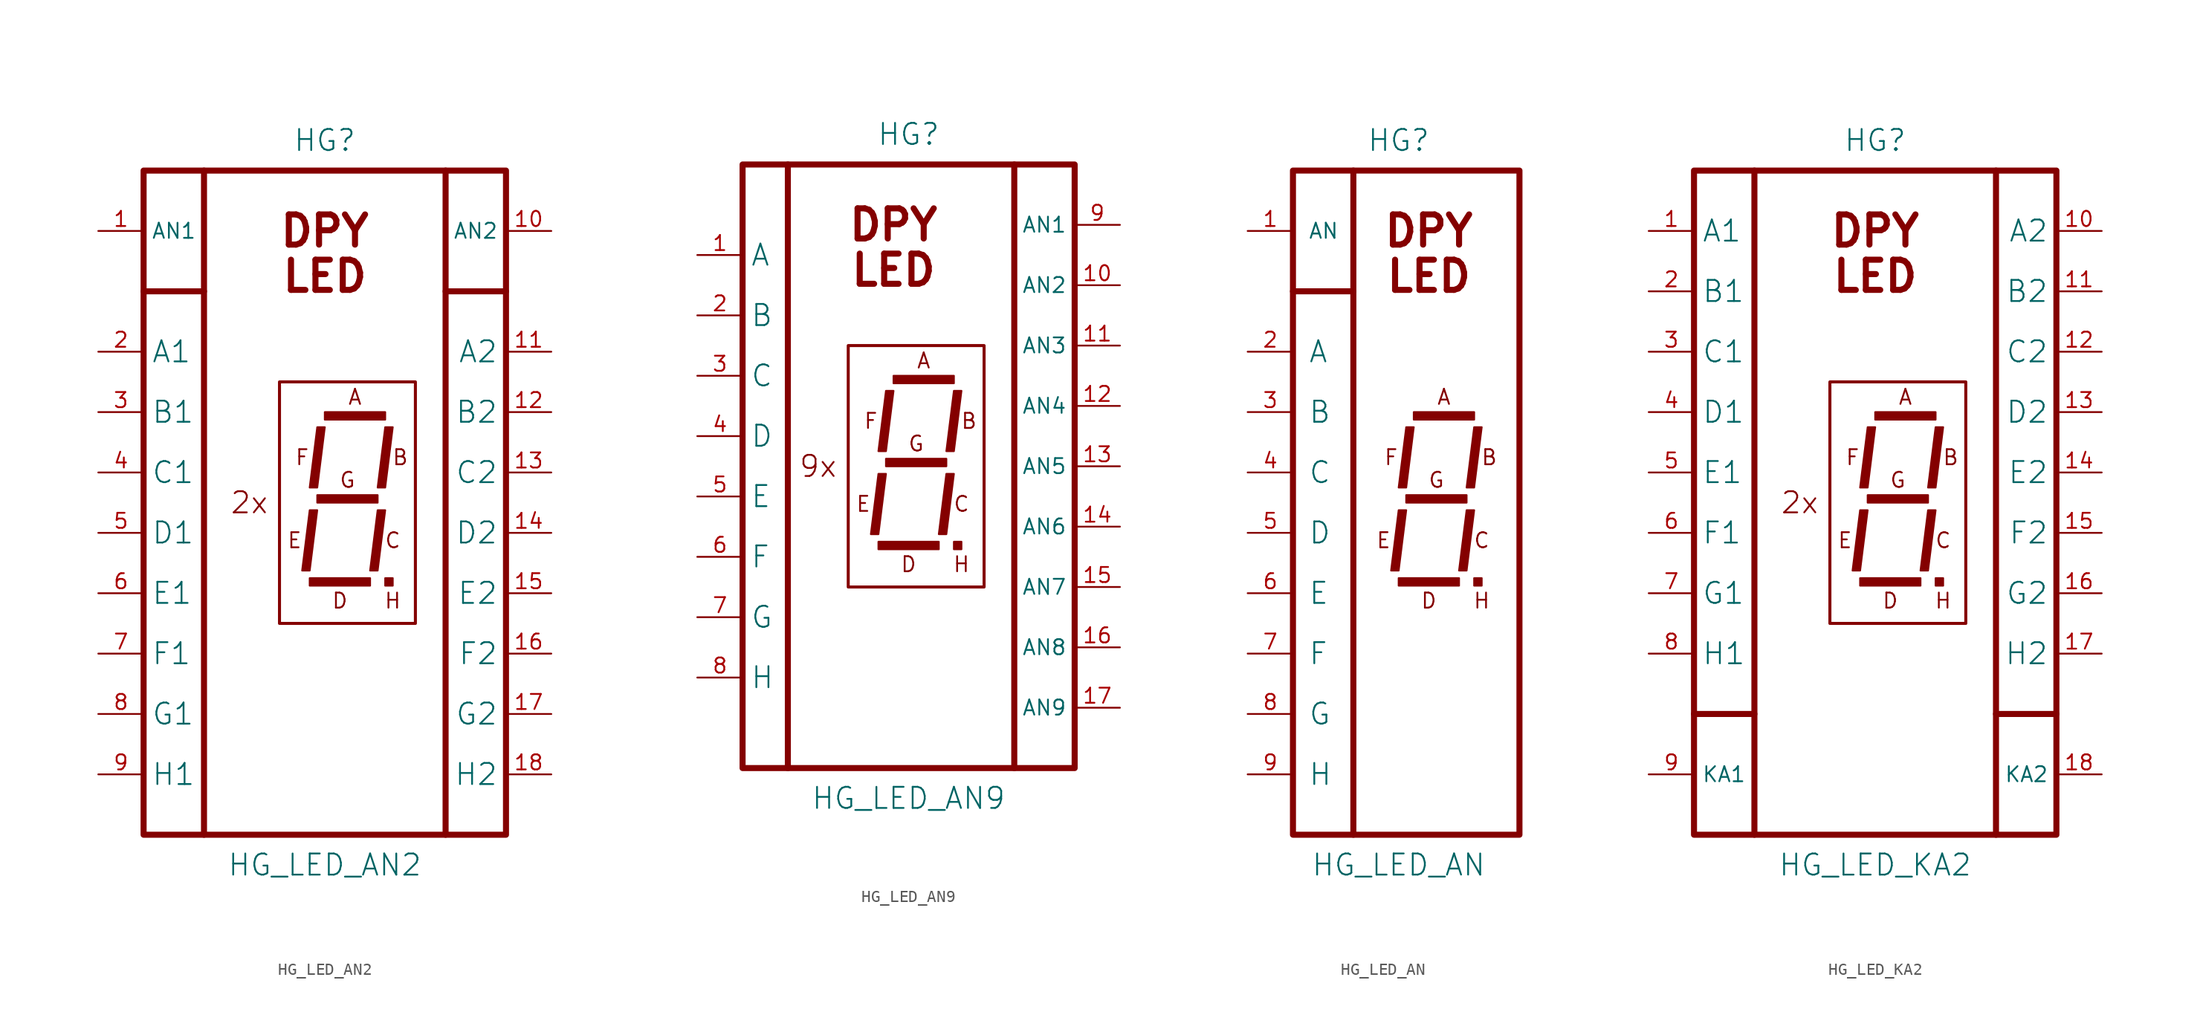
<source format=kicad_sym>
(kicad_symbol_lib
  (version 20211014)
  (generator kicad_symbol_editor)
  (symbol "HG_LED_AN2"
    (pin_names
      (offset 0.635))
    (property "Reference" "HG"
      (at 0 30.48 0)
      (effects (font (size 1.778 1.778))))
    (property "Value" "HG_LED_AN2"
      (at 0 -30.48 0)
      (effects (font (size 1.778 1.778))))
    (symbol "HG_LED_AN2_0_0"
      (rectangle (start -3.81 10.16) (end 7.62 -10.16) (stroke (width 0.254) (type default) (color 0 0 0 0)) (fill (type none)))
      (polyline (pts (xy -15.24 17.78) (xy -10.16 17.78)) (stroke (width 0.508) (type default) (color 0 0 0 0)) (fill (type none)))
      (polyline (pts (xy 10.16 17.78) (xy 15.24 17.78)) (stroke (width 0.508) (type default) (color 0 0 0 0)) (fill (type none)))
      (polyline (pts (xy 10.16 27.94) (xy 10.16 -27.94)) (stroke (width 0.508) (type default) (color 0 0 0 0)) (fill (type none)))
      (polyline (pts (xy -1.27 -6.35) (xy 3.81 -6.35) (xy 3.81 -6.985) (xy -1.27 -6.985) (xy -1.27 -6.35)) (stroke (width 0) (type default) (color 0 0 0 0)) (fill (type outline)))
      (polyline (pts (xy -1.27 -0.635) (xy -1.905 -5.715) (xy -1.27 -5.715) (xy -0.635 -0.635) (xy -1.27 -0.635)) (stroke (width 0) (type default) (color 0 0 0 0)) (fill (type outline)))
      (polyline (pts (xy -0.635 0) (xy -0.635 0.635) (xy 4.445 0.635) (xy 4.445 0) (xy -0.635 0)) (stroke (width 0) (type default) (color 0 0 0 0)) (fill (type outline)))
      (polyline (pts (xy -0.635 6.35) (xy -1.27 1.27) (xy -0.635 1.27) (xy 0 6.35) (xy -0.635 6.35)) (stroke (width 0) (type default) (color 0 0 0 0)) (fill (type outline)))
      (polyline (pts (xy 0 6.985) (xy 0 7.62) (xy 5.08 7.62) (xy 5.08 6.985) (xy 0 6.985)) (stroke (width 0) (type default) (color 0 0 0 0)) (fill (type outline)))
      (polyline (pts (xy 4.445 -0.635) (xy 3.81 -5.715) (xy 4.445 -5.715) (xy 5.08 -0.635) (xy 4.445 -0.635)) (stroke (width 0) (type default) (color 0 0 0 0)) (fill (type outline)))
      (polyline (pts (xy 5.08 -6.35) (xy 5.08 -6.985) (xy 5.715 -6.985) (xy 5.715 -6.35) (xy 5.08 -6.35)) (stroke (width 0) (type default) (color 0 0 0 0)) (fill (type outline)))
      (polyline (pts (xy 5.08 6.35) (xy 4.445 1.27) (xy 5.08 1.27) (xy 5.715 6.35) (xy 5.08 6.35)) (stroke (width 0) (type default) (color 0 0 0 0)) (fill (type outline)))
      (text "2x" (at -6.35 0 0) (effects (font (size 1.778 1.778))))
      (text "A" (at 2.54 8.89 0) (effects (font (size 1.27 1.27))))
      (text "B" (at 6.35 3.81 0) (effects (font (size 1.27 1.27))))
      (text "C" (at 5.715 -3.175 0) (effects (font (size 1.27 1.27))))
      (text "D" (at 1.27 -8.255 0) (effects (font (size 1.27 1.27))))
      (text "DPY" (at 0 22.86 0) (effects (font (size 2.54 2.54) bold)))
      (text "E" (at -2.54 -3.175 0) (effects (font (size 1.27 1.27))))
      (text "F" (at -1.905 3.81 0) (effects (font (size 1.27 1.27))))
      (text "G" (at 1.905 1.905 0) (effects (font (size 1.27 1.27))))
      (text "H" (at 5.715 -8.255 0) (effects (font (size 1.27 1.27))))
      (text "LED" (at 0 19.05 0) (effects (font (size 2.54 2.54) bold))))
    (symbol "HG_LED_AN2_0_1"
      (rectangle (start -15.24 27.94) (end 15.24 -27.94) (stroke (width 0.508) (type default) (color 0 0 0 0)) (fill (type none)))
      (polyline (pts (xy -10.16 27.94) (xy -10.16 -27.94)) (stroke (width 0.508) (type default) (color 0 0 0 0)) (fill (type none))))
    (symbol "HG_LED_AN2_1_1"
      (pin power_in line (at -19.05 22.86 0) (length 3.81) (name "AN1" (effects (font (size 1.27 1.27)))) (number "1" (effects (font (size 1.27 1.27)))))
      (pin power_in line (at 19.05 22.86 180) (length 3.81) (name "AN2" (effects (font (size 1.27 1.27)))) (number "10" (effects (font (size 1.27 1.27)))))
      (pin input line (at 19.05 12.7 180) (length 3.81) (name "A2" (effects (font (size 1.778 1.778)))) (number "11" (effects (font (size 1.27 1.27)))))
      (pin input line (at 19.05 7.62 180) (length 3.81) (name "B2" (effects (font (size 1.778 1.778)))) (number "12" (effects (font (size 1.27 1.27)))))
      (pin input line (at 19.05 2.54 180) (length 3.81) (name "C2" (effects (font (size 1.778 1.778)))) (number "13" (effects (font (size 1.27 1.27)))))
      (pin input line (at 19.05 -2.54 180) (length 3.81) (name "D2" (effects (font (size 1.778 1.778)))) (number "14" (effects (font (size 1.27 1.27)))))
      (pin input line (at 19.05 -7.62 180) (length 3.81) (name "E2" (effects (font (size 1.778 1.778)))) (number "15" (effects (font (size 1.27 1.27)))))
      (pin input line (at 19.05 -12.7 180) (length 3.81) (name "F2" (effects (font (size 1.778 1.778)))) (number "16" (effects (font (size 1.27 1.27)))))
      (pin input line (at 19.05 -17.78 180) (length 3.81) (name "G2" (effects (font (size 1.778 1.778)))) (number "17" (effects (font (size 1.27 1.27)))))
      (pin input line (at 19.05 -22.86 180) (length 3.81) (name "H2" (effects (font (size 1.778 1.778)))) (number "18" (effects (font (size 1.27 1.27)))))
      (pin input line (at -19.05 12.7 0) (length 3.81) (name "A1" (effects (font (size 1.778 1.778)))) (number "2" (effects (font (size 1.27 1.27)))))
      (pin input line (at -19.05 7.62 0) (length 3.81) (name "B1" (effects (font (size 1.778 1.778)))) (number "3" (effects (font (size 1.27 1.27)))))
      (pin input line (at -19.05 2.54 0) (length 3.81) (name "C1" (effects (font (size 1.778 1.778)))) (number "4" (effects (font (size 1.27 1.27)))))
      (pin input line (at -19.05 -2.54 0) (length 3.81) (name "D1" (effects (font (size 1.778 1.778)))) (number "5" (effects (font (size 1.27 1.27)))))
      (pin input line (at -19.05 -7.62 0) (length 3.81) (name "E1" (effects (font (size 1.778 1.778)))) (number "6" (effects (font (size 1.27 1.27)))))
      (pin input line (at -19.05 -12.7 0) (length 3.81) (name "F1" (effects (font (size 1.778 1.778)))) (number "7" (effects (font (size 1.27 1.27)))))
      (pin input line (at -19.05 -17.78 0) (length 3.81) (name "G1" (effects (font (size 1.778 1.778)))) (number "8" (effects (font (size 1.27 1.27)))))
      (pin input line (at -19.05 -22.86 0) (length 3.81) (name "H1" (effects (font (size 1.778 1.778)))) (number "9" (effects (font (size 1.27 1.27)))))))
  (symbol "HG_LED_AN9"
    (pin_names
      (offset 0.635))
    (property "Reference" "HG"
      (at 0 27.94 0)
      (effects (font (size 1.778 1.778))))
    (property "Value" "HG_LED_AN9"
      (at 0 -27.94 0)
      (effects (font (size 1.778 1.778))))
    (symbol "HG_LED_AN9_0_0"
      (rectangle (start -5.08 10.16) (end 6.35 -10.16) (stroke (width 0.254) (type default) (color 0 0 0 0)) (fill (type none)))
      (polyline (pts (xy 8.89 25.4) (xy 8.89 -25.4)) (stroke (width 0.508) (type default) (color 0 0 0 0)) (fill (type none)))
      (polyline (pts (xy -2.54 -6.35) (xy 2.54 -6.35) (xy 2.54 -6.985) (xy -2.54 -6.985) (xy -2.54 -6.35)) (stroke (width 0) (type default) (color 0 0 0 0)) (fill (type outline)))
      (polyline (pts (xy -2.54 -0.635) (xy -3.175 -5.715) (xy -2.54 -5.715) (xy -1.905 -0.635) (xy -2.54 -0.635)) (stroke (width 0) (type default) (color 0 0 0 0)) (fill (type outline)))
      (polyline (pts (xy -1.905 0) (xy -1.905 0.635) (xy 3.175 0.635) (xy 3.175 0) (xy -1.905 0)) (stroke (width 0) (type default) (color 0 0 0 0)) (fill (type outline)))
      (polyline (pts (xy -1.905 6.35) (xy -2.54 1.27) (xy -1.905 1.27) (xy -1.27 6.35) (xy -1.905 6.35)) (stroke (width 0) (type default) (color 0 0 0 0)) (fill (type outline)))
      (polyline (pts (xy -1.27 6.985) (xy -1.27 7.62) (xy 3.81 7.62) (xy 3.81 6.985) (xy -1.27 6.985)) (stroke (width 0) (type default) (color 0 0 0 0)) (fill (type outline)))
      (polyline (pts (xy 3.175 -0.635) (xy 2.54 -5.715) (xy 3.175 -5.715) (xy 3.81 -0.635) (xy 3.175 -0.635)) (stroke (width 0) (type default) (color 0 0 0 0)) (fill (type outline)))
      (polyline (pts (xy 3.81 -6.35) (xy 3.81 -6.985) (xy 4.445 -6.985) (xy 4.445 -6.35) (xy 3.81 -6.35)) (stroke (width 0) (type default) (color 0 0 0 0)) (fill (type outline)))
      (polyline (pts (xy 3.81 6.35) (xy 3.175 1.27) (xy 3.81 1.27) (xy 4.445 6.35) (xy 3.81 6.35)) (stroke (width 0) (type default) (color 0 0 0 0)) (fill (type outline)))
      (text "9x" (at -7.62 0 0) (effects (font (size 1.778 1.778))))
      (text "A" (at 1.27 8.89 0) (effects (font (size 1.27 1.27))))
      (text "B" (at 5.08 3.81 0) (effects (font (size 1.27 1.27))))
      (text "C" (at 4.445 -3.175 0) (effects (font (size 1.27 1.27))))
      (text "D" (at 0 -8.255 0) (effects (font (size 1.27 1.27))))
      (text "DPY" (at -1.27 20.32 0) (effects (font (size 2.54 2.54) bold)))
      (text "E" (at -3.81 -3.175 0) (effects (font (size 1.27 1.27))))
      (text "F" (at -3.175 3.81 0) (effects (font (size 1.27 1.27))))
      (text "G" (at 0.635 1.905 0) (effects (font (size 1.27 1.27))))
      (text "H" (at 4.445 -8.255 0) (effects (font (size 1.27 1.27))))
      (text "LED" (at -1.27 16.51 0) (effects (font (size 2.54 2.54) bold))))
    (symbol "HG_LED_AN9_0_1"
      (rectangle (start -13.97 25.4) (end 13.97 -25.4) (stroke (width 0.508) (type default) (color 0 0 0 0)) (fill (type none)))
      (polyline (pts (xy -10.16 25.4) (xy -10.16 -25.4)) (stroke (width 0.508) (type default) (color 0 0 0 0)) (fill (type none))))
    (symbol "HG_LED_AN9_1_1"
      (pin input line (at -17.78 17.78 0) (length 3.81) (name "A" (effects (font (size 1.778 1.778)))) (number "1" (effects (font (size 1.27 1.27)))))
      (pin power_in line (at 17.78 15.24 180) (length 3.81) (name "AN2" (effects (font (size 1.27 1.27)))) (number "10" (effects (font (size 1.27 1.27)))))
      (pin power_in line (at 17.78 10.16 180) (length 3.81) (name "AN3" (effects (font (size 1.27 1.27)))) (number "11" (effects (font (size 1.27 1.27)))))
      (pin power_in line (at 17.78 5.08 180) (length 3.81) (name "AN4" (effects (font (size 1.27 1.27)))) (number "12" (effects (font (size 1.27 1.27)))))
      (pin power_in line (at 17.78 0 180) (length 3.81) (name "AN5" (effects (font (size 1.27 1.27)))) (number "13" (effects (font (size 1.27 1.27)))))
      (pin power_in line (at 17.78 -5.08 180) (length 3.81) (name "AN6" (effects (font (size 1.27 1.27)))) (number "14" (effects (font (size 1.27 1.27)))))
      (pin power_in line (at 17.78 -10.16 180) (length 3.81) (name "AN7" (effects (font (size 1.27 1.27)))) (number "15" (effects (font (size 1.27 1.27)))))
      (pin power_in line (at 17.78 -15.24 180) (length 3.81) (name "AN8" (effects (font (size 1.27 1.27)))) (number "16" (effects (font (size 1.27 1.27)))))
      (pin power_in line (at 17.78 -20.32 180) (length 3.81) (name "AN9" (effects (font (size 1.27 1.27)))) (number "17" (effects (font (size 1.27 1.27)))))
      (pin input line (at -17.78 12.7 0) (length 3.81) (name "B" (effects (font (size 1.778 1.778)))) (number "2" (effects (font (size 1.27 1.27)))))
      (pin input line (at -17.78 7.62 0) (length 3.81) (name "C" (effects (font (size 1.778 1.778)))) (number "3" (effects (font (size 1.27 1.27)))))
      (pin input line (at -17.78 2.54 0) (length 3.81) (name "D" (effects (font (size 1.778 1.778)))) (number "4" (effects (font (size 1.27 1.27)))))
      (pin input line (at -17.78 -2.54 0) (length 3.81) (name "E" (effects (font (size 1.778 1.778)))) (number "5" (effects (font (size 1.27 1.27)))))
      (pin input line (at -17.78 -7.62 0) (length 3.81) (name "F" (effects (font (size 1.778 1.778)))) (number "6" (effects (font (size 1.27 1.27)))))
      (pin input line (at -17.78 -12.7 0) (length 3.81) (name "G" (effects (font (size 1.778 1.778)))) (number "7" (effects (font (size 1.27 1.27)))))
      (pin input line (at -17.78 -17.78 0) (length 3.81) (name "H" (effects (font (size 1.778 1.778)))) (number "8" (effects (font (size 1.27 1.27)))))
      (pin power_in line (at 17.78 20.32 180) (length 3.81) (name "AN1" (effects (font (size 1.27 1.27)))) (number "9" (effects (font (size 1.27 1.27)))))))
  (symbol "HG_LED_AN"
    (pin_names
      (offset 1.27))
    (property "Reference" "HG"
      (at 0 30.48 0)
      (effects (font (size 1.778 1.778))))
    (property "Value" "HG_LED_AN"
      (at 0 -30.48 0)
      (effects (font (size 1.778 1.778))))
    (symbol "HG_LED_AN_0_0"
      (polyline (pts (xy -8.89 17.78) (xy -3.81 17.78)) (stroke (width 0.508) (type default) (color 0 0 0 0)) (fill (type none)))
      (polyline (pts (xy 0 -6.35) (xy 5.08 -6.35) (xy 5.08 -6.985) (xy 0 -6.985) (xy 0 -6.35)) (stroke (width 0) (type default) (color 0 0 0 0)) (fill (type outline)))
      (polyline (pts (xy 0 -0.635) (xy -0.635 -5.715) (xy 0 -5.715) (xy 0.635 -0.635) (xy 0 -0.635)) (stroke (width 0) (type default) (color 0 0 0 0)) (fill (type outline)))
      (polyline (pts (xy 0.635 0) (xy 0.635 0.635) (xy 5.715 0.635) (xy 5.715 0) (xy 0.635 0)) (stroke (width 0) (type default) (color 0 0 0 0)) (fill (type outline)))
      (polyline (pts (xy 0.635 6.35) (xy 0 1.27) (xy 0.635 1.27) (xy 1.27 6.35) (xy 0.635 6.35)) (stroke (width 0) (type default) (color 0 0 0 0)) (fill (type outline)))
      (polyline (pts (xy 1.27 6.985) (xy 1.27 7.62) (xy 6.35 7.62) (xy 6.35 6.985) (xy 1.27 6.985)) (stroke (width 0) (type default) (color 0 0 0 0)) (fill (type outline)))
      (polyline (pts (xy 5.715 -0.635) (xy 5.08 -5.715) (xy 5.715 -5.715) (xy 6.35 -0.635) (xy 5.715 -0.635)) (stroke (width 0) (type default) (color 0 0 0 0)) (fill (type outline)))
      (polyline (pts (xy 6.35 -6.35) (xy 6.35 -6.985) (xy 6.985 -6.985) (xy 6.985 -6.35) (xy 6.35 -6.35)) (stroke (width 0) (type default) (color 0 0 0 0)) (fill (type outline)))
      (polyline (pts (xy 6.35 6.35) (xy 5.715 1.27) (xy 6.35 1.27) (xy 6.985 6.35) (xy 6.35 6.35)) (stroke (width 0) (type default) (color 0 0 0 0)) (fill (type outline)))
      (text "A" (at 3.81 8.89 0) (effects (font (size 1.27 1.27))))
      (text "B" (at 7.62 3.81 0) (effects (font (size 1.27 1.27))))
      (text "C" (at 6.985 -3.175 0) (effects (font (size 1.27 1.27))))
      (text "D" (at 2.54 -8.255 0) (effects (font (size 1.27 1.27))))
      (text "DPY" (at 2.54 22.86 0) (effects (font (size 2.54 2.54) bold)))
      (text "E" (at -1.27 -3.175 0) (effects (font (size 1.27 1.27))))
      (text "F" (at -0.635 3.81 0) (effects (font (size 1.27 1.27))))
      (text "G" (at 3.175 1.905 0) (effects (font (size 1.27 1.27))))
      (text "H" (at 6.985 -8.255 0) (effects (font (size 1.27 1.27))))
      (text "LED" (at 2.54 19.05 0) (effects (font (size 2.54 2.54) bold))))
    (symbol "HG_LED_AN_0_1"
      (rectangle (start -8.89 27.94) (end 10.16 -27.94) (stroke (width 0.508) (type default) (color 0 0 0 0)) (fill (type none)))
      (polyline (pts (xy -3.81 27.94) (xy -3.81 -27.94)) (stroke (width 0.508) (type default) (color 0 0 0 0)) (fill (type none))))
    (symbol "HG_LED_AN_1_1"
      (pin power_in line (at -12.7 22.86 0) (length 3.81) (name "AN" (effects (font (size 1.27 1.27)))) (number "1" (effects (font (size 1.27 1.27)))))
      (pin input line (at -12.7 12.7 0) (length 3.81) (name "A" (effects (font (size 1.778 1.778)))) (number "2" (effects (font (size 1.27 1.27)))))
      (pin input line (at -12.7 7.62 0) (length 3.81) (name "B" (effects (font (size 1.778 1.778)))) (number "3" (effects (font (size 1.27 1.27)))))
      (pin input line (at -12.7 2.54 0) (length 3.81) (name "C" (effects (font (size 1.778 1.778)))) (number "4" (effects (font (size 1.27 1.27)))))
      (pin input line (at -12.7 -2.54 0) (length 3.81) (name "D" (effects (font (size 1.778 1.778)))) (number "5" (effects (font (size 1.27 1.27)))))
      (pin input line (at -12.7 -7.62 0) (length 3.81) (name "E" (effects (font (size 1.778 1.778)))) (number "6" (effects (font (size 1.27 1.27)))))
      (pin input line (at -12.7 -12.7 0) (length 3.81) (name "F" (effects (font (size 1.778 1.778)))) (number "7" (effects (font (size 1.27 1.27)))))
      (pin input line (at -12.7 -17.78 0) (length 3.81) (name "G" (effects (font (size 1.778 1.778)))) (number "8" (effects (font (size 1.27 1.27)))))
      (pin input line (at -12.7 -22.86 0) (length 3.81) (name "H" (effects (font (size 1.778 1.778)))) (number "9" (effects (font (size 1.27 1.27)))))))
  (symbol "HG_LED_KA2"
    (pin_names
      (offset 0.635))
    (property "Reference" "HG"
      (at 0 30.48 0)
      (effects (font (size 1.778 1.778))))
    (property "Value" "HG_LED_KA2"
      (at 0 -30.48 0)
      (effects (font (size 1.778 1.778))))
    (symbol "HG_LED_KA2_0_0"
      (rectangle (start -3.81 10.16) (end 7.62 -10.16) (stroke (width 0.254) (type default) (color 0 0 0 0)) (fill (type none)))
      (polyline (pts (xy -15.24 -17.78) (xy -10.16 -17.78)) (stroke (width 0.508) (type default) (color 0 0 0 0)) (fill (type none)))
      (polyline (pts (xy 10.16 -17.78) (xy 15.24 -17.78)) (stroke (width 0.508) (type default) (color 0 0 0 0)) (fill (type none)))
      (polyline (pts (xy 10.16 27.94) (xy 10.16 -27.94)) (stroke (width 0.508) (type default) (color 0 0 0 0)) (fill (type none)))
      (polyline (pts (xy -1.27 -6.35) (xy 3.81 -6.35) (xy 3.81 -6.985) (xy -1.27 -6.985) (xy -1.27 -6.35)) (stroke (width 0) (type default) (color 0 0 0 0)) (fill (type outline)))
      (polyline (pts (xy -1.27 -0.635) (xy -1.905 -5.715) (xy -1.27 -5.715) (xy -0.635 -0.635) (xy -1.27 -0.635)) (stroke (width 0) (type default) (color 0 0 0 0)) (fill (type outline)))
      (polyline (pts (xy -0.635 0) (xy -0.635 0.635) (xy 4.445 0.635) (xy 4.445 0) (xy -0.635 0)) (stroke (width 0) (type default) (color 0 0 0 0)) (fill (type outline)))
      (polyline (pts (xy -0.635 6.35) (xy -1.27 1.27) (xy -0.635 1.27) (xy 0 6.35) (xy -0.635 6.35)) (stroke (width 0) (type default) (color 0 0 0 0)) (fill (type outline)))
      (polyline (pts (xy 0 6.985) (xy 0 7.62) (xy 5.08 7.62) (xy 5.08 6.985) (xy 0 6.985)) (stroke (width 0) (type default) (color 0 0 0 0)) (fill (type outline)))
      (polyline (pts (xy 4.445 -0.635) (xy 3.81 -5.715) (xy 4.445 -5.715) (xy 5.08 -0.635) (xy 4.445 -0.635)) (stroke (width 0) (type default) (color 0 0 0 0)) (fill (type outline)))
      (polyline (pts (xy 5.08 -6.35) (xy 5.08 -6.985) (xy 5.715 -6.985) (xy 5.715 -6.35) (xy 5.08 -6.35)) (stroke (width 0) (type default) (color 0 0 0 0)) (fill (type outline)))
      (polyline (pts (xy 5.08 6.35) (xy 4.445 1.27) (xy 5.08 1.27) (xy 5.715 6.35) (xy 5.08 6.35)) (stroke (width 0) (type default) (color 0 0 0 0)) (fill (type outline)))
      (text "2x" (at -6.35 0 0) (effects (font (size 1.778 1.778))))
      (text "A" (at 2.54 8.89 0) (effects (font (size 1.27 1.27))))
      (text "B" (at 6.35 3.81 0) (effects (font (size 1.27 1.27))))
      (text "C" (at 5.715 -3.175 0) (effects (font (size 1.27 1.27))))
      (text "D" (at 1.27 -8.255 0) (effects (font (size 1.27 1.27))))
      (text "DPY" (at 0 22.86 0) (effects (font (size 2.54 2.54) bold)))
      (text "E" (at -2.54 -3.175 0) (effects (font (size 1.27 1.27))))
      (text "F" (at -1.905 3.81 0) (effects (font (size 1.27 1.27))))
      (text "G" (at 1.905 1.905 0) (effects (font (size 1.27 1.27))))
      (text "H" (at 5.715 -8.255 0) (effects (font (size 1.27 1.27))))
      (text "LED" (at 0 19.05 0) (effects (font (size 2.54 2.54) bold))))
    (symbol "HG_LED_KA2_0_1"
      (rectangle (start -15.24 27.94) (end 15.24 -27.94) (stroke (width 0.508) (type default) (color 0 0 0 0)) (fill (type none)))
      (polyline (pts (xy -10.16 27.94) (xy -10.16 -27.94)) (stroke (width 0.508) (type default) (color 0 0 0 0)) (fill (type none))))
    (symbol "HG_LED_KA2_1_1"
      (pin input line (at -19.05 22.86 0) (length 3.81) (name "A1" (effects (font (size 1.778 1.778)))) (number "1" (effects (font (size 1.27 1.27)))))
      (pin input line (at 19.05 22.86 180) (length 3.81) (name "A2" (effects (font (size 1.778 1.778)))) (number "10" (effects (font (size 1.27 1.27)))))
      (pin input line (at 19.05 17.78 180) (length 3.81) (name "B2" (effects (font (size 1.778 1.778)))) (number "11" (effects (font (size 1.27 1.27)))))
      (pin input line (at 19.05 12.7 180) (length 3.81) (name "C2" (effects (font (size 1.778 1.778)))) (number "12" (effects (font (size 1.27 1.27)))))
      (pin input line (at 19.05 7.62 180) (length 3.81) (name "D2" (effects (font (size 1.778 1.778)))) (number "13" (effects (font (size 1.27 1.27)))))
      (pin input line (at 19.05 2.54 180) (length 3.81) (name "E2" (effects (font (size 1.778 1.778)))) (number "14" (effects (font (size 1.27 1.27)))))
      (pin input line (at 19.05 -2.54 180) (length 3.81) (name "F2" (effects (font (size 1.778 1.778)))) (number "15" (effects (font (size 1.27 1.27)))))
      (pin input line (at 19.05 -7.62 180) (length 3.81) (name "G2" (effects (font (size 1.778 1.778)))) (number "16" (effects (font (size 1.27 1.27)))))
      (pin input line (at 19.05 -12.7 180) (length 3.81) (name "H2" (effects (font (size 1.778 1.778)))) (number "17" (effects (font (size 1.27 1.27)))))
      (pin power_in line (at 19.05 -22.86 180) (length 3.81) (name "KA2" (effects (font (size 1.27 1.27)))) (number "18" (effects (font (size 1.27 1.27)))))
      (pin input line (at -19.05 17.78 0) (length 3.81) (name "B1" (effects (font (size 1.778 1.778)))) (number "2" (effects (font (size 1.27 1.27)))))
      (pin input line (at -19.05 12.7 0) (length 3.81) (name "C1" (effects (font (size 1.778 1.778)))) (number "3" (effects (font (size 1.27 1.27)))))
      (pin input line (at -19.05 7.62 0) (length 3.81) (name "D1" (effects (font (size 1.778 1.778)))) (number "4" (effects (font (size 1.27 1.27)))))
      (pin input line (at -19.05 2.54 0) (length 3.81) (name "E1" (effects (font (size 1.778 1.778)))) (number "5" (effects (font (size 1.27 1.27)))))
      (pin input line (at -19.05 -2.54 0) (length 3.81) (name "F1" (effects (font (size 1.778 1.778)))) (number "6" (effects (font (size 1.27 1.27)))))
      (pin input line (at -19.05 -7.62 0) (length 3.81) (name "G1" (effects (font (size 1.778 1.778)))) (number "7" (effects (font (size 1.27 1.27)))))
      (pin input line (at -19.05 -12.7 0) (length 3.81) (name "H1" (effects (font (size 1.778 1.778)))) (number "8" (effects (font (size 1.27 1.27)))))
      (pin power_in line (at -19.05 -22.86 0) (length 3.81) (name "KA1" (effects (font (size 1.27 1.27)))) (number "9" (effects (font (size 1.27 1.27))))))))
</source>
